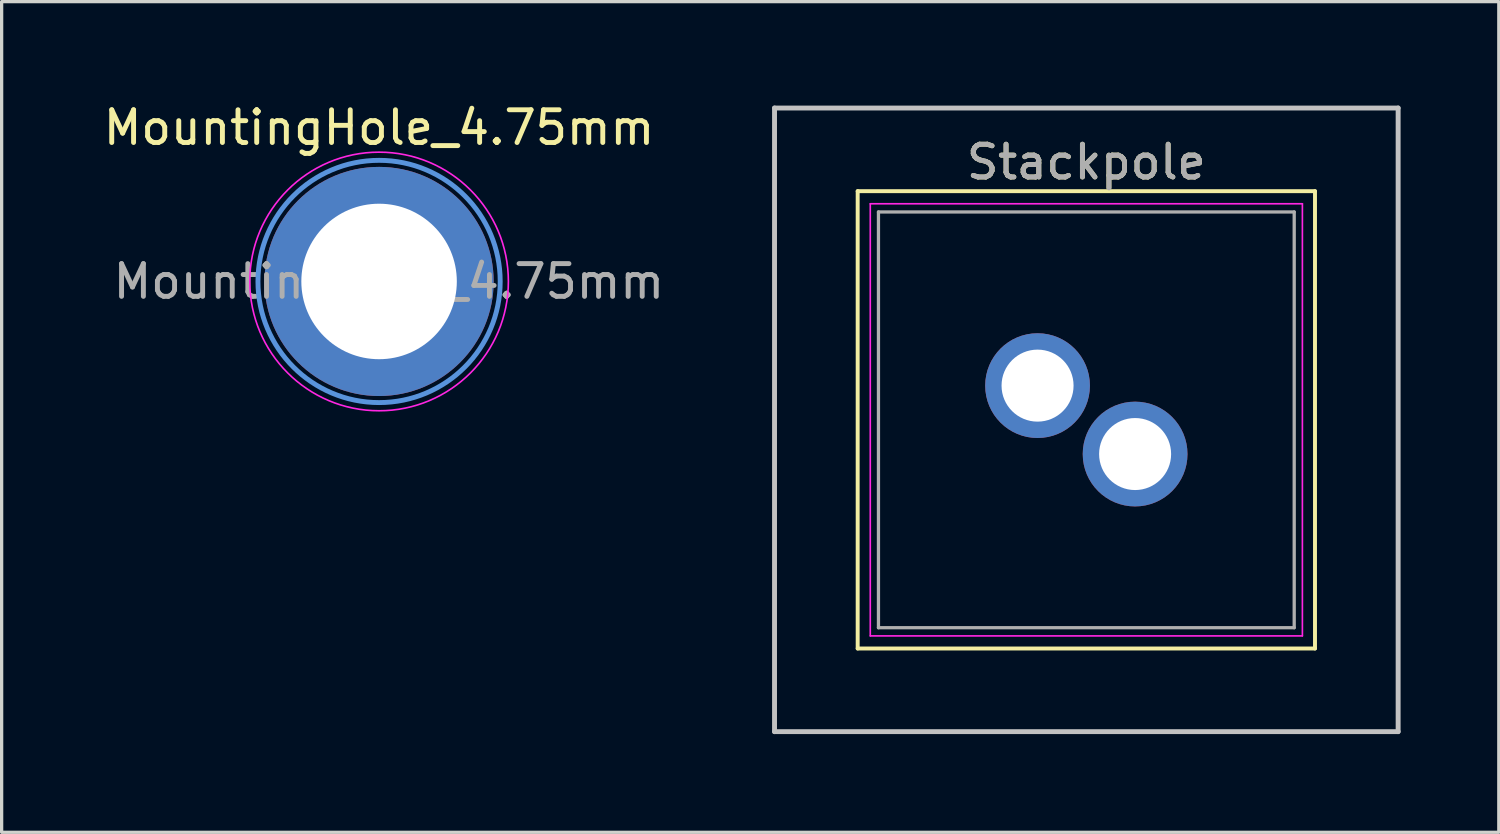
<source format=kicad_pcb>
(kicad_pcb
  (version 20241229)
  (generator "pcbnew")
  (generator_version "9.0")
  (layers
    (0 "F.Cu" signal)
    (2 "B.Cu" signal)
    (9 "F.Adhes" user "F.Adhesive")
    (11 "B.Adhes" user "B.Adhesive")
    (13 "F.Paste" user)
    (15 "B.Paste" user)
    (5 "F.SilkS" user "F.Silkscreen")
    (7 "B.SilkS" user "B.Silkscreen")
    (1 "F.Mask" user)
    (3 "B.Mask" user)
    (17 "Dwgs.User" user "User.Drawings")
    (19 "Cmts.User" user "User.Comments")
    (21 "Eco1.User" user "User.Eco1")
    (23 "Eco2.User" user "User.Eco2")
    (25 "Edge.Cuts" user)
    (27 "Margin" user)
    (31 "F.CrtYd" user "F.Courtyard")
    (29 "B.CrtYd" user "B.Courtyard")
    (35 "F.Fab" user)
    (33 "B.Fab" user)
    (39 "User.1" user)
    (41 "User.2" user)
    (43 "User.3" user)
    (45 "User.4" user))
  (footprint "Stackpole"
    (layer "F.Cu")
    (at 20.61 0.25)
    (property "Reference" "Stackpole" (at 9.525 1.651 0) (layer "F.SilkS") (effects (font (size 1 1) (thickness 0.15))))
    (attr through_hole)
    (fp_line (start 2.54 2.54) (end 16.51 2.54) (stroke (width 0.12) (type solid)) (layer "F.SilkS"))
    (fp_line (start 2.54 16.51) (end 2.54 2.54) (stroke (width 0.12) (type solid)) (layer "F.SilkS"))
    (fp_line (start 16.51 2.54) (end 16.51 16.51) (stroke (width 0.12) (type solid)) (layer "F.SilkS"))
    (fp_line (start 16.51 16.51) (end 2.54 16.51) (stroke (width 0.12) (type solid)) (layer "F.SilkS"))
    (fp_line (start 0 0) (end 19.05 0) (stroke (width 0.15) (type solid)) (layer "Dwgs.User"))
    (fp_line (start 0 19.05) (end 0 0) (stroke (width 0.15) (type solid)) (layer "Dwgs.User"))
    (fp_line (start 19.05 0) (end 19.05 19.05) (stroke (width 0.15) (type solid)) (layer "Dwgs.User"))
    (fp_line (start 19.05 19.05) (end 0 19.05) (stroke (width 0.15) (type solid)) (layer "Dwgs.User"))
    (fp_line (start 2.925 2.925) (end 16.125 2.925) (stroke (width 0.05) (type solid)) (layer "F.CrtYd"))
    (fp_line (start 2.925 16.125) (end 2.925 2.925) (stroke (width 0.05) (type solid)) (layer "F.CrtYd"))
    (fp_line (start 16.125 2.925) (end 16.125 16.125) (stroke (width 0.05) (type solid)) (layer "F.CrtYd"))
    (fp_line (start 16.125 16.125) (end 2.925 16.125) (stroke (width 0.05) (type solid)) (layer "F.CrtYd"))
    (fp_line (start 3.175 3.175) (end 15.875 3.175) (stroke (width 0.1) (type solid)) (layer "F.Fab"))
    (fp_line (start 3.175 15.875) (end 3.175 3.175) (stroke (width 0.1) (type solid)) (layer "F.Fab"))
    (fp_line (start 15.875 3.175) (end 15.875 15.875) (stroke (width 0.1) (type solid)) (layer "F.Fab"))
    (fp_line (start 15.875 15.875) (end 3.175 15.875) (stroke (width 0.1) (type solid)) (layer "F.Fab"))
    (fp_text user "${REFERENCE}" (at 9.525 1.651 0) (layer "F.Fab") (effects (font (size 1 1) (thickness 0.15))))
    (pad "1" thru_hole circle (at 11.015 10.57) (size 3.2 3.2) (drill 2.2) (layers "*.Cu" "*.Mask"))
    (pad "2" thru_hole circle (at 8.035 8.48) (size 3.2 3.2) (drill 2.2) (layers "*.Cu" "*.Mask")))
  (footprint "MountingHole_4.75mm"
    (layer "F.Cu")
    (at 8.53 5.548)
    (property "Reference" "MountingHole_4.75mm" (at 0 -4.7 0) (layer "F.SilkS") (effects (font (size 1 1) (thickness 0.15))))
    (attr exclude_from_pos_files exclude_from_bom)
    (fp_circle (center 0 0) (end 3.7 0) (stroke (width 0.15) (type solid)) (fill no) (layer "Cmts.User"))
    (fp_circle (center 0 0) (end 3.95 0) (stroke (width 0.05) (type solid)) (fill no) (layer "F.CrtYd"))
    (fp_text user "${REFERENCE}" (at 0.3 0 0) (layer "F.Fab") (effects (font (size 1 1) (thickness 0.15))))
    (pad "1" thru_hole circle (at 0 0) (size 7 7) (drill 4.75) (layers "*.Cu" "*.Mask")))
  (gr_rect
    (start -3 -3)
    (end 42.735 22.375)
    (stroke (width 0.1) (type default))
    (fill no)
    (layer "Edge.Cuts")))
</source>
